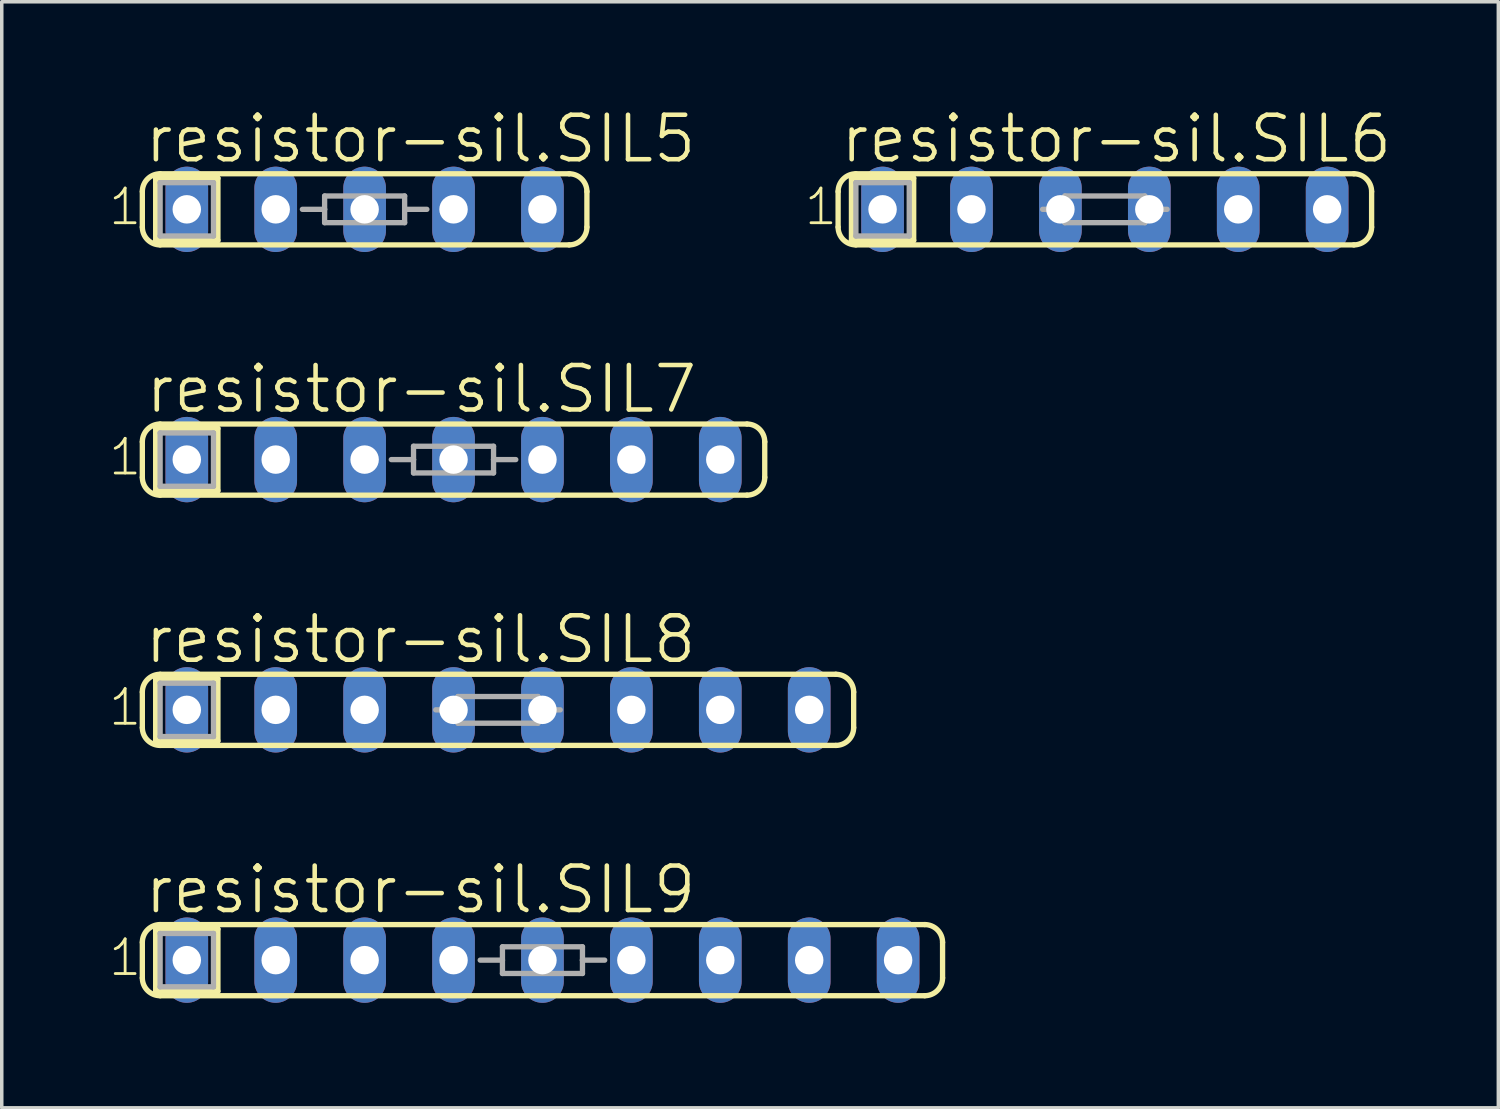
<source format=kicad_pcb>
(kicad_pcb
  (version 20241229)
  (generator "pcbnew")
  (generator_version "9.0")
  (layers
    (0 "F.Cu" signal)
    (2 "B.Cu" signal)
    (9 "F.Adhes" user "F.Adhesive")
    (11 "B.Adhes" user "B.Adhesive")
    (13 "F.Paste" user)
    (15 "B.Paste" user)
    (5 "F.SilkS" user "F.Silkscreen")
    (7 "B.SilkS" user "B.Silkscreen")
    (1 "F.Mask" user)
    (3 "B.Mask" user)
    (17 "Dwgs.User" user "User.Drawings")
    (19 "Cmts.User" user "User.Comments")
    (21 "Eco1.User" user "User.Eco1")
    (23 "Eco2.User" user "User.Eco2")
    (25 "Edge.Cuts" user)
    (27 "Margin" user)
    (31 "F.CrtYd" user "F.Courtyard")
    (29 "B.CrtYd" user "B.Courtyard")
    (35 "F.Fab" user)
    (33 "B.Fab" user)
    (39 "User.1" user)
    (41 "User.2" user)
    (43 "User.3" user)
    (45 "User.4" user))
  (footprint "resistor-sil.SIL8"
    (layer "F.Cu")
    (at 11.176 17.228)
    (property "Reference" "resistor-sil.SIL8" (at -10.16 -1.27 0) (layer "F.SilkS") (effects (font (size 1.27 1.27) (thickness 0.13)) (justify left bottom)))
    (attr through_hole)
    (fp_line (start -10.16 -0.508) (end -10.16 0.508) (stroke (width 0.152) (type default)) (layer "F.SilkS"))
    (fp_line (start -9.779 -0.889) (end -8.001 -0.889) (stroke (width 0.152) (type default)) (layer "F.SilkS"))
    (fp_line (start -9.779 0.889) (end -9.779 -0.889) (stroke (width 0.152) (type default)) (layer "F.SilkS"))
    (fp_line (start -9.652 1.016) (end 9.652 1.016) (stroke (width 0.152) (type default)) (layer "F.SilkS"))
    (fp_line (start -8.001 -0.889) (end -8.001 0.889) (stroke (width 0.152) (type default)) (layer "F.SilkS"))
    (fp_line (start -8.001 0.889) (end -9.779 0.889) (stroke (width 0.152) (type default)) (layer "F.SilkS"))
    (fp_line (start 9.652 -1.016) (end -9.652 -1.016) (stroke (width 0.152) (type default)) (layer "F.SilkS"))
    (fp_line (start 10.16 -0.508) (end 10.16 0.508) (stroke (width 0.152) (type default)) (layer "F.SilkS"))
    (fp_arc (start -10.16 -0.508) (mid -10.01121 -0.86721) (end -9.652 -1.016) (stroke (width 0.1524) (type default)) (layer "F.SilkS"))
    (fp_arc (start -9.652 1.016) (mid -10.01121 0.86721) (end -10.16 0.508) (stroke (width 0.1524) (type default)) (layer "F.SilkS"))
    (fp_arc (start 9.652 -1.016) (mid 10.01121 -0.86721) (end 10.16 -0.508) (stroke (width 0.1524) (type default)) (layer "F.SilkS"))
    (fp_arc (start 10.16 0.508) (mid 10.01121 0.86721) (end 9.652 1.016) (stroke (width 0.1524) (type default)) (layer "F.SilkS"))
    (fp_line (start -9.652 -0.762) (end -8.128 -0.762) (stroke (width 0.152) (type default)) (layer "F.Fab"))
    (fp_line (start -9.652 0.762) (end -9.652 -0.762) (stroke (width 0.152) (type default)) (layer "F.Fab"))
    (fp_line (start -8.128 -0.762) (end -8.128 0.762) (stroke (width 0.152) (type default)) (layer "F.Fab"))
    (fp_line (start -8.128 0.762) (end -9.652 0.762) (stroke (width 0.152) (type default)) (layer "F.Fab"))
    (fp_line (start -1.778 0) (end -1.143 0) (stroke (width 0.152) (type default)) (layer "F.Fab"))
    (fp_line (start -1.143 -0.381) (end 1.143 -0.381) (stroke (width 0.152) (type default)) (layer "F.Fab"))
    (fp_line (start -1.143 0) (end -1.143 -0.381) (stroke (width 0.152) (type default)) (layer "F.Fab"))
    (fp_line (start -1.143 0.381) (end -1.143 0) (stroke (width 0.152) (type default)) (layer "F.Fab"))
    (fp_line (start 1.143 -0.381) (end 1.143 0) (stroke (width 0.152) (type default)) (layer "F.Fab"))
    (fp_line (start 1.143 0) (end 1.143 0.381) (stroke (width 0.152) (type default)) (layer "F.Fab"))
    (fp_line (start 1.143 0.381) (end -1.143 0.381) (stroke (width 0.152) (type default)) (layer "F.Fab"))
    (fp_line (start 1.778 0) (end 1.143 0) (stroke (width 0.152) (type default)) (layer "F.Fab"))
    (fp_text user "1" (at -11.176 0.508 0) (layer "F.SilkS") (effects (font (size 0.991 0.991) (thickness 0.08)) (justify left bottom)))
    (pad "1" thru_hole oval (at -8.89 0 90) (size 2.438 1.219) (drill 0.813) (layers "*.Cu" "*.Mask"))
    (pad "2" thru_hole oval (at -6.35 0 90) (size 2.438 1.219) (drill 0.813) (layers "*.Cu" "*.Mask"))
    (pad "3" thru_hole oval (at -3.81 0 90) (size 2.438 1.219) (drill 0.813) (layers "*.Cu" "*.Mask"))
    (pad "4" thru_hole oval (at -1.27 0 90) (size 2.438 1.219) (drill 0.813) (layers "*.Cu" "*.Mask"))
    (pad "5" thru_hole oval (at 1.27 0 90) (size 2.438 1.219) (drill 0.813) (layers "*.Cu" "*.Mask"))
    (pad "6" thru_hole oval (at 3.81 0 90) (size 2.438 1.219) (drill 0.813) (layers "*.Cu" "*.Mask"))
    (pad "7" thru_hole oval (at 6.35 0 90) (size 2.438 1.219) (drill 0.813) (layers "*.Cu" "*.Mask"))
    (pad "8" thru_hole oval (at 8.89 0 90) (size 2.438 1.219) (drill 0.813) (layers "*.Cu" "*.Mask")))
  (footprint "resistor-sil.SIL6"
    (layer "F.Cu")
    (at 28.512 2.93)
    (property "Reference" "resistor-sil.SIL6" (at -7.62 -1.27 0) (layer "F.SilkS") (effects (font (size 1.27 1.27) (thickness 0.13)) (justify left bottom)))
    (attr through_hole)
    (fp_line (start -7.62 -0.508) (end -7.62 0.508) (stroke (width 0.152) (type default)) (layer "F.SilkS"))
    (fp_line (start -7.239 -0.889) (end -7.239 0.889) (stroke (width 0.152) (type default)) (layer "F.SilkS"))
    (fp_line (start -7.112 -1.016) (end 7.112 -1.016) (stroke (width 0.152) (type default)) (layer "F.SilkS"))
    (fp_line (start -7.112 1.016) (end 7.112 1.016) (stroke (width 0.152) (type default)) (layer "F.SilkS"))
    (fp_line (start -5.461 -0.889) (end -7.239 -0.889) (stroke (width 0.152) (type default)) (layer "F.SilkS"))
    (fp_line (start -5.461 -0.889) (end -5.461 0.889) (stroke (width 0.152) (type default)) (layer "F.SilkS"))
    (fp_line (start -5.461 0.889) (end -7.239 0.889) (stroke (width 0.152) (type default)) (layer "F.SilkS"))
    (fp_line (start 7.62 -0.508) (end 7.62 0.508) (stroke (width 0.152) (type default)) (layer "F.SilkS"))
    (fp_arc (start -7.62 -0.508) (mid -7.47121 -0.86721) (end -7.112 -1.016) (stroke (width 0.1524) (type default)) (layer "F.SilkS"))
    (fp_arc (start -7.112 1.016) (mid -7.47121 0.86721) (end -7.62 0.508) (stroke (width 0.1524) (type default)) (layer "F.SilkS"))
    (fp_arc (start 7.112 -1.016) (mid 7.47121 -0.86721) (end 7.62 -0.508) (stroke (width 0.1524) (type default)) (layer "F.SilkS"))
    (fp_arc (start 7.62 0.508) (mid 7.47121 0.86721) (end 7.112 1.016) (stroke (width 0.1524) (type default)) (layer "F.SilkS"))
    (fp_line (start -7.112 -0.762) (end -5.588 -0.762) (stroke (width 0.152) (type default)) (layer "F.Fab"))
    (fp_line (start -7.112 0.762) (end -7.112 -0.762) (stroke (width 0.152) (type default)) (layer "F.Fab"))
    (fp_line (start -5.588 -0.762) (end -5.588 0.762) (stroke (width 0.152) (type default)) (layer "F.Fab"))
    (fp_line (start -5.588 0.762) (end -7.112 0.762) (stroke (width 0.152) (type default)) (layer "F.Fab"))
    (fp_line (start -1.778 0) (end -1.143 0) (stroke (width 0.152) (type default)) (layer "F.Fab"))
    (fp_line (start -1.143 -0.381) (end 1.143 -0.381) (stroke (width 0.152) (type default)) (layer "F.Fab"))
    (fp_line (start -1.143 0) (end -1.143 -0.381) (stroke (width 0.152) (type default)) (layer "F.Fab"))
    (fp_line (start -1.143 0.381) (end -1.143 0) (stroke (width 0.152) (type default)) (layer "F.Fab"))
    (fp_line (start 1.143 -0.381) (end 1.143 0) (stroke (width 0.152) (type default)) (layer "F.Fab"))
    (fp_line (start 1.143 0) (end 1.143 0.381) (stroke (width 0.152) (type default)) (layer "F.Fab"))
    (fp_line (start 1.143 0.381) (end -1.143 0.381) (stroke (width 0.152) (type default)) (layer "F.Fab"))
    (fp_line (start 1.778 0) (end 1.143 0) (stroke (width 0.152) (type default)) (layer "F.Fab"))
    (fp_text user "1" (at -8.636 0.508 0) (layer "F.SilkS") (effects (font (size 0.991 0.991) (thickness 0.08)) (justify left bottom)))
    (pad "1" thru_hole oval (at -6.35 0 90) (size 2.438 1.219) (drill 0.813) (layers "*.Cu" "*.Mask"))
    (pad "2" thru_hole oval (at -3.81 0 90) (size 2.438 1.219) (drill 0.813) (layers "*.Cu" "*.Mask"))
    (pad "3" thru_hole oval (at -1.27 0 90) (size 2.438 1.219) (drill 0.813) (layers "*.Cu" "*.Mask"))
    (pad "4" thru_hole oval (at 1.27 0 90) (size 2.438 1.219) (drill 0.813) (layers "*.Cu" "*.Mask"))
    (pad "5" thru_hole oval (at 3.81 0 90) (size 2.438 1.219) (drill 0.813) (layers "*.Cu" "*.Mask"))
    (pad "6" thru_hole oval (at 6.35 0 90) (size 2.438 1.219) (drill 0.813) (layers "*.Cu" "*.Mask")))
  (footprint "resistor-sil.SIL5"
    (layer "F.Cu")
    (at 7.366 2.93)
    (property "Reference" "resistor-sil.SIL5" (at -6.35 -1.27 0) (layer "F.SilkS") (effects (font (size 1.27 1.27) (thickness 0.13)) (justify left bottom)))
    (attr through_hole)
    (fp_line (start -6.35 0.508) (end -6.35 -0.508) (stroke (width 0.152) (type default)) (layer "F.SilkS"))
    (fp_line (start -5.969 -0.889) (end -5.969 0.889) (stroke (width 0.152) (type default)) (layer "F.SilkS"))
    (fp_line (start -4.191 -0.889) (end -5.969 -0.889) (stroke (width 0.152) (type default)) (layer "F.SilkS"))
    (fp_line (start -4.191 -0.889) (end -4.191 0.889) (stroke (width 0.152) (type default)) (layer "F.SilkS"))
    (fp_line (start -4.191 0.889) (end -5.969 0.889) (stroke (width 0.152) (type default)) (layer "F.SilkS"))
    (fp_line (start 5.842 -1.016) (end -5.842 -1.016) (stroke (width 0.152) (type default)) (layer "F.SilkS"))
    (fp_line (start 5.842 1.016) (end -5.842 1.016) (stroke (width 0.152) (type default)) (layer "F.SilkS"))
    (fp_line (start 6.35 0.508) (end 6.35 -0.508) (stroke (width 0.152) (type default)) (layer "F.SilkS"))
    (fp_arc (start -6.35 -0.508) (mid -6.20121 -0.86721) (end -5.842 -1.016) (stroke (width 0.1524) (type default)) (layer "F.SilkS"))
    (fp_arc (start -5.842 1.016) (mid -6.20121 0.86721) (end -6.35 0.508) (stroke (width 0.1524) (type default)) (layer "F.SilkS"))
    (fp_arc (start 5.842 -1.016) (mid 6.20121 -0.86721) (end 6.35 -0.508) (stroke (width 0.1524) (type default)) (layer "F.SilkS"))
    (fp_arc (start 6.35 0.508) (mid 6.20121 0.86721) (end 5.842 1.016) (stroke (width 0.1524) (type default)) (layer "F.SilkS"))
    (fp_line (start -5.842 -0.762) (end -4.318 -0.762) (stroke (width 0.152) (type default)) (layer "F.Fab"))
    (fp_line (start -5.842 0.762) (end -5.842 -0.762) (stroke (width 0.152) (type default)) (layer "F.Fab"))
    (fp_line (start -4.318 -0.762) (end -4.318 0.762) (stroke (width 0.152) (type default)) (layer "F.Fab"))
    (fp_line (start -4.318 0.762) (end -5.842 0.762) (stroke (width 0.152) (type default)) (layer "F.Fab"))
    (fp_line (start -1.778 0) (end -1.143 0) (stroke (width 0.152) (type default)) (layer "F.Fab"))
    (fp_line (start -1.143 -0.381) (end 1.143 -0.381) (stroke (width 0.152) (type default)) (layer "F.Fab"))
    (fp_line (start -1.143 0) (end -1.143 -0.381) (stroke (width 0.152) (type default)) (layer "F.Fab"))
    (fp_line (start -1.143 0.381) (end -1.143 0) (stroke (width 0.152) (type default)) (layer "F.Fab"))
    (fp_line (start 1.143 -0.381) (end 1.143 0) (stroke (width 0.152) (type default)) (layer "F.Fab"))
    (fp_line (start 1.143 0) (end 1.143 0.381) (stroke (width 0.152) (type default)) (layer "F.Fab"))
    (fp_line (start 1.143 0.381) (end -1.143 0.381) (stroke (width 0.152) (type default)) (layer "F.Fab"))
    (fp_line (start 1.778 0) (end 1.143 0) (stroke (width 0.152) (type default)) (layer "F.Fab"))
    (fp_text user "1" (at -7.366 0.508 0) (layer "F.SilkS") (effects (font (size 0.991 0.991) (thickness 0.08)) (justify left bottom)))
    (pad "1" thru_hole oval (at -5.08 0 90) (size 2.438 1.219) (drill 0.813) (layers "*.Cu" "*.Mask"))
    (pad "2" thru_hole oval (at -2.54 0 90) (size 2.438 1.219) (drill 0.813) (layers "*.Cu" "*.Mask"))
    (pad "3" thru_hole oval (at 0 0 90) (size 2.438 1.219) (drill 0.813) (layers "*.Cu" "*.Mask"))
    (pad "4" thru_hole oval (at 2.54 0 90) (size 2.438 1.219) (drill 0.813) (layers "*.Cu" "*.Mask"))
    (pad "5" thru_hole oval (at 5.08 0 90) (size 2.438 1.219) (drill 0.813) (layers "*.Cu" "*.Mask")))
  (footprint "resistor-sil.SIL7"
    (layer "F.Cu")
    (at 9.906 10.079)
    (property "Reference" "resistor-sil.SIL7" (at -8.865 -1.27 0) (layer "F.SilkS") (effects (font (size 1.27 1.27) (thickness 0.13)) (justify left bottom)))
    (attr through_hole)
    (fp_line (start -8.89 -0.508) (end -8.89 0.508) (stroke (width 0.152) (type default)) (layer "F.SilkS"))
    (fp_line (start -8.509 -0.889) (end -8.509 0.889) (stroke (width 0.152) (type default)) (layer "F.SilkS"))
    (fp_line (start -8.382 1.016) (end 8.382 1.016) (stroke (width 0.152) (type default)) (layer "F.SilkS"))
    (fp_line (start -6.731 -0.889) (end -8.509 -0.889) (stroke (width 0.152) (type default)) (layer "F.SilkS"))
    (fp_line (start -6.731 -0.889) (end -6.731 0.889) (stroke (width 0.152) (type default)) (layer "F.SilkS"))
    (fp_line (start -6.731 0.889) (end -8.509 0.889) (stroke (width 0.152) (type default)) (layer "F.SilkS"))
    (fp_line (start 8.382 -1.016) (end -8.382 -1.016) (stroke (width 0.152) (type default)) (layer "F.SilkS"))
    (fp_line (start 8.89 0.508) (end 8.89 -0.508) (stroke (width 0.152) (type default)) (layer "F.SilkS"))
    (fp_arc (start -8.89 -0.508) (mid -8.74121 -0.86721) (end -8.382 -1.016) (stroke (width 0.1524) (type default)) (layer "F.SilkS"))
    (fp_arc (start -8.382 1.016) (mid -8.74121 0.86721) (end -8.89 0.508) (stroke (width 0.1524) (type default)) (layer "F.SilkS"))
    (fp_arc (start 8.382 -1.016) (mid 8.74121 -0.86721) (end 8.89 -0.508) (stroke (width 0.1524) (type default)) (layer "F.SilkS"))
    (fp_arc (start 8.89 0.508) (mid 8.74121 0.86721) (end 8.382 1.016) (stroke (width 0.1524) (type default)) (layer "F.SilkS"))
    (fp_line (start -8.382 -0.762) (end -6.858 -0.762) (stroke (width 0.152) (type default)) (layer "F.Fab"))
    (fp_line (start -8.382 0.762) (end -8.382 -0.762) (stroke (width 0.152) (type default)) (layer "F.Fab"))
    (fp_line (start -6.858 -0.762) (end -6.858 0.762) (stroke (width 0.152) (type default)) (layer "F.Fab"))
    (fp_line (start -6.858 0.762) (end -8.382 0.762) (stroke (width 0.152) (type default)) (layer "F.Fab"))
    (fp_line (start -1.778 0) (end -1.143 0) (stroke (width 0.152) (type default)) (layer "F.Fab"))
    (fp_line (start -1.143 -0.381) (end 1.143 -0.381) (stroke (width 0.152) (type default)) (layer "F.Fab"))
    (fp_line (start -1.143 0) (end -1.143 -0.381) (stroke (width 0.152) (type default)) (layer "F.Fab"))
    (fp_line (start -1.143 0.381) (end -1.143 0) (stroke (width 0.152) (type default)) (layer "F.Fab"))
    (fp_line (start 1.143 -0.381) (end 1.143 0) (stroke (width 0.152) (type default)) (layer "F.Fab"))
    (fp_line (start 1.143 0) (end 1.143 0.381) (stroke (width 0.152) (type default)) (layer "F.Fab"))
    (fp_line (start 1.143 0.381) (end -1.143 0.381) (stroke (width 0.152) (type default)) (layer "F.Fab"))
    (fp_line (start 1.778 0) (end 1.143 0) (stroke (width 0.152) (type default)) (layer "F.Fab"))
    (fp_text user "1" (at -9.906 0.508 0) (layer "F.SilkS") (effects (font (size 0.991 0.991) (thickness 0.08)) (justify left bottom)))
    (pad "1" thru_hole oval (at -7.62 0 90) (size 2.438 1.219) (drill 0.813) (layers "*.Cu" "*.Mask"))
    (pad "2" thru_hole oval (at -5.08 0 90) (size 2.438 1.219) (drill 0.813) (layers "*.Cu" "*.Mask"))
    (pad "3" thru_hole oval (at -2.54 0 90) (size 2.438 1.219) (drill 0.813) (layers "*.Cu" "*.Mask"))
    (pad "4" thru_hole oval (at 0 0 90) (size 2.438 1.219) (drill 0.813) (layers "*.Cu" "*.Mask"))
    (pad "5" thru_hole oval (at 2.54 0 90) (size 2.438 1.219) (drill 0.813) (layers "*.Cu" "*.Mask"))
    (pad "6" thru_hole oval (at 5.08 0 90) (size 2.438 1.219) (drill 0.813) (layers "*.Cu" "*.Mask"))
    (pad "7" thru_hole oval (at 7.62 0 90) (size 2.438 1.219) (drill 0.813) (layers "*.Cu" "*.Mask")))
  (footprint "resistor-sil.SIL9"
    (layer "F.Cu")
    (at 12.446 24.378)
    (property "Reference" "resistor-sil.SIL9" (at -11.43 -1.27 0) (layer "F.SilkS") (effects (font (size 1.27 1.27) (thickness 0.13)) (justify left bottom)))
    (attr through_hole)
    (fp_line (start -11.43 0.508) (end -11.43 -0.508) (stroke (width 0.152) (type default)) (layer "F.SilkS"))
    (fp_line (start -11.049 -0.889) (end -9.271 -0.889) (stroke (width 0.152) (type default)) (layer "F.SilkS"))
    (fp_line (start -11.049 0.889) (end -11.049 -0.889) (stroke (width 0.152) (type default)) (layer "F.SilkS"))
    (fp_line (start -10.922 1.016) (end 10.922 1.016) (stroke (width 0.152) (type default)) (layer "F.SilkS"))
    (fp_line (start -9.271 -0.889) (end -9.271 0.889) (stroke (width 0.152) (type default)) (layer "F.SilkS"))
    (fp_line (start -9.271 0.889) (end -11.049 0.889) (stroke (width 0.152) (type default)) (layer "F.SilkS"))
    (fp_line (start 10.922 -1.016) (end -10.922 -1.016) (stroke (width 0.152) (type default)) (layer "F.SilkS"))
    (fp_line (start 11.43 -0.508) (end 11.43 0.508) (stroke (width 0.152) (type default)) (layer "F.SilkS"))
    (fp_arc (start -11.43 -0.508) (mid -11.28121 -0.86721) (end -10.922 -1.016) (stroke (width 0.1524) (type default)) (layer "F.SilkS"))
    (fp_arc (start -10.922 1.016) (mid -11.28121 0.86721) (end -11.43 0.508) (stroke (width 0.1524) (type default)) (layer "F.SilkS"))
    (fp_arc (start 10.922 -1.016) (mid 11.28121 -0.86721) (end 11.43 -0.508) (stroke (width 0.1524) (type default)) (layer "F.SilkS"))
    (fp_arc (start 11.43 0.508) (mid 11.28121 0.86721) (end 10.922 1.016) (stroke (width 0.1524) (type default)) (layer "F.SilkS"))
    (fp_line (start -10.922 -0.762) (end -9.398 -0.762) (stroke (width 0.152) (type default)) (layer "F.Fab"))
    (fp_line (start -10.922 0.762) (end -10.922 -0.762) (stroke (width 0.152) (type default)) (layer "F.Fab"))
    (fp_line (start -9.398 -0.762) (end -9.398 0.762) (stroke (width 0.152) (type default)) (layer "F.Fab"))
    (fp_line (start -9.398 0.762) (end -10.922 0.762) (stroke (width 0.152) (type default)) (layer "F.Fab"))
    (fp_line (start -1.778 0) (end -1.143 0) (stroke (width 0.152) (type default)) (layer "F.Fab"))
    (fp_line (start -1.143 -0.381) (end 1.143 -0.381) (stroke (width 0.152) (type default)) (layer "F.Fab"))
    (fp_line (start -1.143 0) (end -1.143 -0.381) (stroke (width 0.152) (type default)) (layer "F.Fab"))
    (fp_line (start -1.143 0.381) (end -1.143 0) (stroke (width 0.152) (type default)) (layer "F.Fab"))
    (fp_line (start 1.143 -0.381) (end 1.143 0) (stroke (width 0.152) (type default)) (layer "F.Fab"))
    (fp_line (start 1.143 0) (end 1.143 0.381) (stroke (width 0.152) (type default)) (layer "F.Fab"))
    (fp_line (start 1.143 0.381) (end -1.143 0.381) (stroke (width 0.152) (type default)) (layer "F.Fab"))
    (fp_line (start 1.778 0) (end 1.143 0) (stroke (width 0.152) (type default)) (layer "F.Fab"))
    (fp_text user "1" (at -12.446 0.508 0) (layer "F.SilkS") (effects (font (size 0.991 0.991) (thickness 0.08)) (justify left bottom)))
    (pad "1" thru_hole oval (at -10.16 0 90) (size 2.438 1.219) (drill 0.813) (layers "*.Cu" "*.Mask"))
    (pad "2" thru_hole oval (at -7.62 0 90) (size 2.438 1.219) (drill 0.813) (layers "*.Cu" "*.Mask"))
    (pad "3" thru_hole oval (at -5.08 0 90) (size 2.438 1.219) (drill 0.813) (layers "*.Cu" "*.Mask"))
    (pad "4" thru_hole oval (at -2.54 0 90) (size 2.438 1.219) (drill 0.813) (layers "*.Cu" "*.Mask"))
    (pad "5" thru_hole oval (at 0 0 90) (size 2.438 1.219) (drill 0.813) (layers "*.Cu" "*.Mask"))
    (pad "6" thru_hole oval (at 2.54 0 90) (size 2.438 1.219) (drill 0.813) (layers "*.Cu" "*.Mask"))
    (pad "7" thru_hole oval (at 5.08 0 90) (size 2.438 1.219) (drill 0.813) (layers "*.Cu" "*.Mask"))
    (pad "8" thru_hole oval (at 7.62 0 90) (size 2.438 1.219) (drill 0.813) (layers "*.Cu" "*.Mask"))
    (pad "9" thru_hole oval (at 10.16 0 90) (size 2.438 1.219) (drill 0.813) (layers "*.Cu" "*.Mask")))
  (gr_rect
    (start -3 -3)
    (end 39.752 28.597)
    (stroke (width 0.1) (type default))
    (fill no)
    (layer "Edge.Cuts")))
</source>
